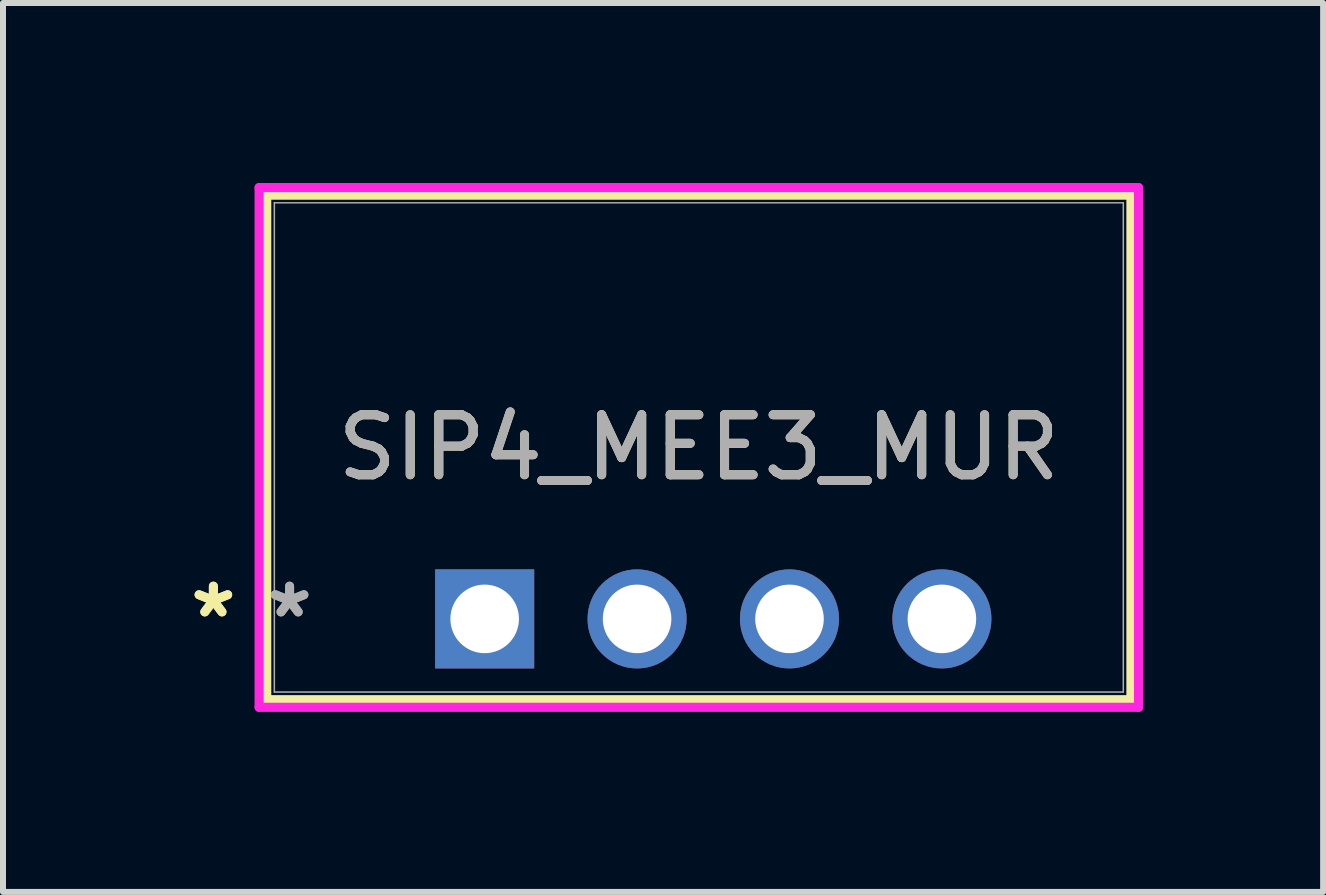
<source format=kicad_pcb>
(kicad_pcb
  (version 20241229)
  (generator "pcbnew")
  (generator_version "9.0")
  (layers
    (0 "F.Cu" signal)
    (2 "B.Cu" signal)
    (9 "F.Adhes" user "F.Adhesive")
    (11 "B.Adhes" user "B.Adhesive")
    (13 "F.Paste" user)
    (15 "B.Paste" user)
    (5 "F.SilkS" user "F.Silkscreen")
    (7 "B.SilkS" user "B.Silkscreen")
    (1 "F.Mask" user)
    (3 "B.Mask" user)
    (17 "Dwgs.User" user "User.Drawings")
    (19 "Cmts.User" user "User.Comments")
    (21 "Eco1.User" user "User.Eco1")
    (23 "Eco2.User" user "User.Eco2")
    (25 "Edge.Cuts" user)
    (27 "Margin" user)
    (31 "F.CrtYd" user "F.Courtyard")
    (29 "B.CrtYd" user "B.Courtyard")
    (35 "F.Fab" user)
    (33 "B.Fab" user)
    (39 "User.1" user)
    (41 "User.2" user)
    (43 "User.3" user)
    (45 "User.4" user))
  (footprint "SIP4_MEE3_MUR"
    (layer "F.Cu")
    (at 5.027 7.264)
    (property "Reference" "SIP4_MEE3_MUR" (at 3.569 -2.857 0) (unlocked yes) (layer "F.SilkS") (effects (font (size 1 1) (thickness 0.15))))
    (attr through_hole)
    (fp_line (start -3.632 -7.061) (end -3.632 1.346) (stroke (width 0.152) (type solid)) (layer "F.SilkS"))
    (fp_line (start -3.632 1.346) (end 10.77 1.346) (stroke (width 0.152) (type solid)) (layer "F.SilkS"))
    (fp_line (start 10.77 -7.061) (end -3.632 -7.061) (stroke (width 0.152) (type solid)) (layer "F.SilkS"))
    (fp_line (start 10.77 1.346) (end 10.77 -7.061) (stroke (width 0.152) (type solid)) (layer "F.SilkS"))
    (fp_line (start -3.759 -7.188) (end 10.897 -7.188) (stroke (width 0.152) (type solid)) (layer "F.CrtYd"))
    (fp_line (start -3.759 1.473) (end -3.759 -7.188) (stroke (width 0.152) (type solid)) (layer "F.CrtYd"))
    (fp_line (start 10.897 -7.188) (end 10.897 1.473) (stroke (width 0.152) (type solid)) (layer "F.CrtYd"))
    (fp_line (start 10.897 1.473) (end -3.759 1.473) (stroke (width 0.152) (type solid)) (layer "F.CrtYd"))
    (fp_line (start -3.505 -6.934) (end -3.505 1.219) (stroke (width 0.025) (type solid)) (layer "F.Fab"))
    (fp_line (start -3.505 1.219) (end 10.643 1.219) (stroke (width 0.025) (type solid)) (layer "F.Fab"))
    (fp_line (start 10.643 -6.934) (end -3.505 -6.934) (stroke (width 0.025) (type solid)) (layer "F.Fab"))
    (fp_line (start 10.643 1.219) (end 10.643 -6.934) (stroke (width 0.025) (type solid)) (layer "F.Fab"))
    (fp_text user "*" (at -4.521 0 0) (unlocked yes) (layer "F.SilkS") (effects (font (size 1 1) (thickness 0.15))))
    (fp_text user "*" (at -4.521 0 0) (layer "F.SilkS") (effects (font (size 1 1) (thickness 0.15))))
    (fp_text user "*" (at -3.251 0 0) (layer "F.Fab") (effects (font (size 1 1) (thickness 0.15))))
    (fp_text user "${REFERENCE}" (at 3.569 -2.857 0) (unlocked yes) (layer "F.Fab") (effects (font (size 1 1) (thickness 0.15))))
    (fp_text user "*" (at -3.251 0 0) (unlocked yes) (layer "F.Fab") (effects (font (size 1 1) (thickness 0.15))))
    (pad "1" thru_hole rect (at 0 0) (size 1.651 1.651) (drill 1.143) (layers "*.Cu" "*.Mask"))
    (pad "2" thru_hole circle (at 2.54 0) (size 1.651 1.651) (drill 1.143) (layers "*.Cu" "*.Mask"))
    (pad "3" thru_hole circle (at 5.08 0) (size 1.651 1.651) (drill 1.143) (layers "*.Cu" "*.Mask"))
    (pad "4" thru_hole circle (at 7.62 0) (size 1.651 1.651) (drill 1.143) (layers "*.Cu" "*.Mask")))
  (gr_rect
    (start -3 -3)
    (end 19 11.814)
    (stroke (width 0.1) (type default))
    (fill no)
    (layer "Edge.Cuts")))
</source>
